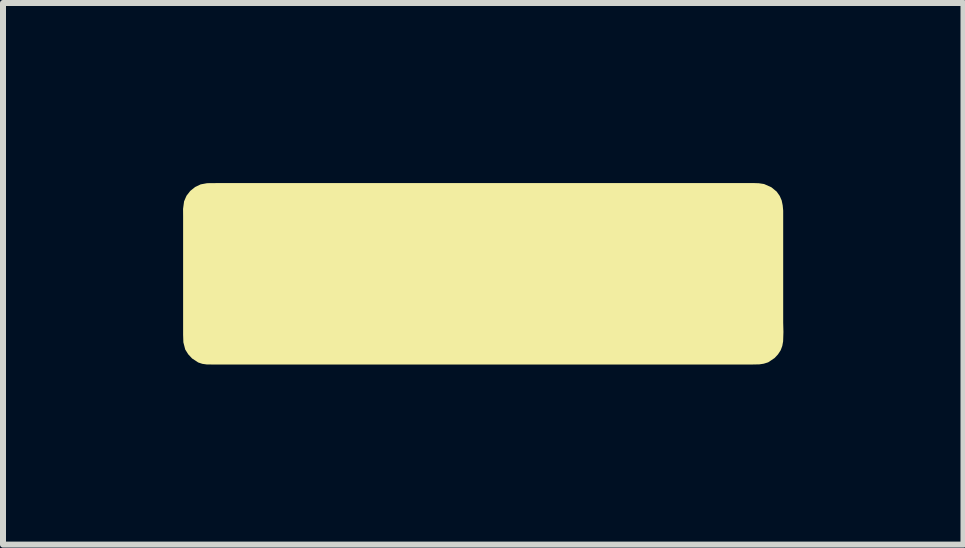
<source format=kicad_pcb>
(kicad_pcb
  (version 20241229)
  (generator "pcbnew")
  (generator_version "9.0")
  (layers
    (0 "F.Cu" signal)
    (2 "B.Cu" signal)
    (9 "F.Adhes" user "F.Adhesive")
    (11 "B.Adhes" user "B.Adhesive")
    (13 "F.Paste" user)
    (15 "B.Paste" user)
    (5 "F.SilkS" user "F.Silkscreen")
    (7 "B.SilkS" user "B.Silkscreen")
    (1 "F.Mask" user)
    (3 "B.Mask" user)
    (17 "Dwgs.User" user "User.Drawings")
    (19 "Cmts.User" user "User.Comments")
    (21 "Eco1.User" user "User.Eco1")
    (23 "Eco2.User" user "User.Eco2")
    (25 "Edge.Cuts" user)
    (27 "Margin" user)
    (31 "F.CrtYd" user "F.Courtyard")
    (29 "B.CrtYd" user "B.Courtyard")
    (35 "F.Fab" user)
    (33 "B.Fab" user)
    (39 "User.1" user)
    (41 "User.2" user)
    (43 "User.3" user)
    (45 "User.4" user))
  (footprint "footprint"
    (layer "F.Cu")
    (at 4.99 1.518)
    (property "Reference" "footprint" (at 0 0 0) (layer "F.SilkS") (effects (font (size 1.27 1.27) (thickness 0.15))))
    (fp_poly (pts (xy 4.46 -0.236) (xy 4.303 -0.236) (xy 4.303 -0.834) (xy 4.46 -0.834)) (stroke (width 0) (type solid)) (fill yes) (layer "F.SilkS"))
    (fp_poly (pts (xy 4.407 -1.063) (xy 4.459 -1.03) (xy 4.473 -0.995) (xy 4.469 -0.957) (xy 4.451 -0.924) (xy 4.419 -0.903) (xy 4.353 -0.9) (xy 4.304 -0.934) (xy 4.29 -0.97) (xy 4.294 -1.008) (xy 4.312 -1.041) (xy 4.355 -1.064)) (stroke (width 0) (type solid)) (fill yes) (layer "F.SilkS"))
    (fp_poly (pts (xy 2.643 -0.677) (xy 2.565 -0.681) (xy 2.528 -0.675) (xy 2.494 -0.655) (xy 2.475 -0.629) (xy 2.467 -0.6) (xy 2.467 -0.535) (xy 2.467 -0.236) (xy 2.31 -0.236) (xy 2.31 -0.834) (xy 2.46 -0.834) (xy 2.46 -0.773) (xy 2.521 -0.825) (xy 2.643 -0.841)) (stroke (width 0) (type solid)) (fill yes) (layer "F.SilkS"))
    (fp_poly (pts (xy 3.822 -1.037) (xy 3.967 -1.029) (xy 4.036 -1.01) (xy 4.1 -0.974) (xy 4.153 -0.916) (xy 4.183 -0.843) (xy 4.193 -0.764) (xy 4.18 -0.687) (xy 4.145 -0.617) (xy 4.087 -0.564) (xy 4.006 -0.53) (xy 3.921 -0.516) (xy 3.748 -0.514) (xy 3.748 -0.236) (xy 3.578 -0.236) (xy 3.578 -1.037)) (stroke (width 0) (type solid)) (fill yes) (layer "F.SilkS"))
    (fp_poly (pts (xy 0.047 0.222) (xy 0.148 0.226) (xy 0.251 0.251) (xy 0.315 0.3) (xy 0.353 0.371) (xy 0.361 0.452) (xy 0.337 0.529) (xy 0.297 0.573) (xy 0.251 0.61) (xy 0.317 0.641) (xy 0.361 0.698) (xy 0.381 0.767) (xy 0.379 0.841) (xy 0.356 0.912) (xy 0.312 0.968) (xy 0.255 1.001) (xy 0.195 1.018) (xy 0.067 1.024) (xy -0.164 1.024) (xy -0.164 0.224)) (stroke (width 0) (type solid)) (fill yes) (layer "F.SilkS"))
    (fp_poly (pts (xy 2.059 0.429) (xy 2.061 0.474) (xy 2.061 0.523) (xy 1.994 0.522) (xy 1.932 0.539) (xy 1.894 0.574) (xy 1.876 0.616) (xy 1.871 0.712) (xy 1.871 1.024) (xy 1.768 1.024) (xy 1.768 0.495) (xy 1.769 0.425) (xy 1.816 0.424) (xy 1.87 0.424) (xy 1.87 0.464) (xy 1.871 0.495) (xy 1.873 0.495) (xy 1.896 0.461) (xy 1.928 0.438) (xy 2.006 0.42) (xy 2.033 0.42)) (stroke (width 0) (type solid)) (fill yes) (layer "F.SilkS"))
    (fp_poly (pts (xy 2.237 -0.816) (xy 2.237 -0.792) (xy 2.235 -0.735) (xy 2.234 -0.676) (xy 2.142 -0.68) (xy 2.102 -0.666) (xy 2.07 -0.624) (xy 2.064 -0.583) (xy 2.063 -0.575) (xy 2.063 -0.567) (xy 2.06 -0.527) (xy 2.055 -0.236) (xy 1.897 -0.236) (xy 1.897 -0.834) (xy 2.006 -0.834) (xy 2.051 -0.833) (xy 2.054 -0.766) (xy 2.057 -0.766) (xy 2.078 -0.799) (xy 2.108 -0.822) (xy 2.182 -0.84) (xy 2.238 -0.843)) (stroke (width 0) (type solid)) (fill yes) (layer "F.SilkS"))
    (fp_poly (pts (xy 0.82 0.425) (xy 0.898 0.455) (xy 0.96 0.507) (xy 1.004 0.575) (xy 1.031 0.654) (xy 1.038 0.725) (xy 1.038 0.725) (xy 1.039 0.736) (xy 1.039 0.739) (xy 1.03 0.818) (xy 1.001 0.896) (xy 0.955 0.963) (xy 0.886 1.011) (xy 0.806 1.036) (xy 0.712 1.037) (xy 0.633 1.008) (xy 0.567 0.95) (xy 0.52 0.872) (xy 0.495 0.787) (xy 0.489 0.697) (xy 0.505 0.609) (xy 0.544 0.529) (xy 0.62 0.458) (xy 0.718 0.422)) (stroke (width 0) (type solid)) (fill yes) (layer "F.SilkS"))
    (fp_poly (pts (xy 2.617 0.987) (xy 2.616 1.027) (xy 2.565 1.027) (xy 2.514 1.027) (xy 2.514 0.971) (xy 2.458 1.011) (xy 2.392 1.033) (xy 2.318 1.038) (xy 2.229 1.009) (xy 2.168 0.947) (xy 2.132 0.867) (xy 2.115 0.776) (xy 2.114 0.682) (xy 2.128 0.597) (xy 2.156 0.53) (xy 2.201 0.474) (xy 2.26 0.435) (xy 2.331 0.42) (xy 2.413 0.428) (xy 2.463 0.449) (xy 2.507 0.481) (xy 2.507 0.183) (xy 2.616 0.183) (xy 2.616 0.956)) (stroke (width 0) (type solid)) (fill yes) (layer "F.SilkS"))
    (fp_poly (pts (xy 0.827 -0.787) (xy 0.91 -0.835) (xy 1.004 -0.839) (xy 1.091 -0.803) (xy 1.157 -0.732) (xy 1.183 -0.662) (xy 1.193 -0.589) (xy 1.194 -0.546) (xy 1.194 -0.546) (xy 1.196 -0.501) (xy 1.185 -0.409) (xy 1.152 -0.325) (xy 1.091 -0.259) (xy 1.003 -0.227) (xy 0.928 -0.227) (xy 0.866 -0.25) (xy 0.81 -0.293) (xy 0.809 -0.236) (xy 0.698 -0.236) (xy 0.658 -0.235) (xy 0.657 -0.291) (xy 0.657 -1.023) (xy 0.657 -1.077) (xy 0.711 -1.078) (xy 0.82 -1.078)) (stroke (width 0) (type solid)) (fill yes) (layer "F.SilkS"))
    (fp_poly (pts (xy -1.858 -1.033) (xy -1.858 -1.037) (xy -1.837 -1.037) (xy -1.817 -1.037) (xy -1.715 -1.037) (xy -1.505 -1.036) (xy -1.402 -1.013) (xy -1.315 -0.956) (xy -1.277 -0.894) (xy -1.26 -0.817) (xy -1.263 -0.741) (xy -1.285 -0.669) (xy -1.33 -0.609) (xy -1.396 -0.575) (xy -1.329 -0.44) (xy -1.273 -0.325) (xy -1.233 -0.236) (xy -1.356 -0.236) (xy -1.407 -0.236) (xy -1.446 -0.304) (xy -1.525 -0.453) (xy -1.565 -0.527) (xy -1.687 -0.528) (xy -1.687 -0.236) (xy -1.858 -0.236) (xy -1.858 -0.969)) (stroke (width 0) (type solid)) (fill yes) (layer "F.SilkS"))
    (fp_poly (pts (xy -1.455 0.224) (xy -1.385 0.253) (xy -1.323 0.299) (xy -1.276 0.357) (xy -1.242 0.427) (xy -1.222 0.542) (xy -1.22 0.64) (xy -1.22 0.64) (xy -1.22 0.658) (xy -1.242 0.813) (xy -1.272 0.887) (xy -1.317 0.95) (xy -1.376 0.998) (xy -1.451 1.029) (xy -1.552 1.038) (xy -1.641 1.022) (xy -1.725 0.979) (xy -1.786 0.915) (xy -1.829 0.835) (xy -1.853 0.746) (xy -1.861 0.654) (xy -1.858 0.563) (xy -1.825 0.414) (xy -1.79 0.345) (xy -1.742 0.287) (xy -1.682 0.245) (xy -1.607 0.219) (xy -1.529 0.212)) (stroke (width 0) (type solid)) (fill yes) (layer "F.SilkS"))
    (fp_poly (pts (xy 2.838 -0.83) (xy 2.869 -0.732) (xy 2.948 -0.476) (xy 3.027 -0.725) (xy 3.058 -0.83) (xy 3.104 -0.834) (xy 3.226 -0.834) (xy 3.194 -0.72) (xy 3.154 -0.609) (xy 3.097 -0.451) (xy 3.043 -0.291) (xy 3.007 -0.171) (xy 2.982 -0.111) (xy 2.948 -0.06) (xy 2.901 -0.022) (xy 2.848 -0.003) (xy 2.731 -0.006) (xy 2.731 -0.129) (xy 2.78 -0.135) (xy 2.825 -0.153) (xy 2.858 -0.186) (xy 2.869 -0.237) (xy 2.839 -0.331) (xy 2.782 -0.502) (xy 2.722 -0.67) (xy 2.689 -0.75) (xy 2.669 -0.834) (xy 2.792 -0.834)) (stroke (width 0) (type solid)) (fill yes) (layer "F.SilkS"))
    (fp_poly (pts (xy 1.449 -0.431) (xy 1.474 -0.395) (xy 1.509 -0.373) (xy 1.55 -0.362) (xy 1.638 -0.373) (xy 1.714 -0.42) (xy 1.721 -0.42) (xy 1.765 -0.38) (xy 1.794 -0.332) (xy 1.784 -0.308) (xy 1.76 -0.286) (xy 1.708 -0.255) (xy 1.624 -0.228) (xy 1.534 -0.224) (xy 1.446 -0.243) (xy 1.368 -0.286) (xy 1.312 -0.351) (xy 1.279 -0.437) (xy 1.268 -0.525) (xy 1.275 -0.614) (xy 1.304 -0.702) (xy 1.355 -0.771) (xy 1.426 -0.819) (xy 1.508 -0.841) (xy 1.593 -0.84) (xy 1.673 -0.814) (xy 1.741 -0.764) (xy 1.787 -0.691) (xy 1.809 -0.587) (xy 1.81 -0.48) (xy 1.437 -0.48)) (stroke (width 0) (type solid)) (fill yes) (layer "F.SilkS"))
    (fp_poly (pts (xy 0.45 -0.81) (xy 0.52 -0.739) (xy 0.55 -0.666) (xy 0.566 -0.58) (xy 0.566 -0.546) (xy 0.566 -0.496) (xy 0.553 -0.415) (xy 0.522 -0.335) (xy 0.473 -0.271) (xy 0.405 -0.231) (xy 0.318 -0.223) (xy 0.25 -0.242) (xy 0.19 -0.277) (xy 0.19 -0.088) (xy 0.189 -0.049) (xy 0.188 -0.006) (xy 0.169 -0.006) (xy 0.149 -0.006) (xy 0.079 -0.006) (xy 0.045 -0.007) (xy 0.026 -0.006) (xy 0.026 -0.121) (xy 0.026 -0.216) (xy 0.026 -0.772) (xy 0.027 -0.834) (xy 0.061 -0.834) (xy 0.121 -0.835) (xy 0.185 -0.834) (xy 0.184 -0.806) (xy 0.183 -0.78) (xy 0.267 -0.831) (xy 0.361 -0.841)) (stroke (width 0) (type solid)) (fill yes) (layer "F.SilkS"))
    (fp_poly (pts (xy -0.749 0.423) (xy -0.68 0.452) (xy -0.631 0.509) (xy -0.61 0.599) (xy -0.61 0.692) (xy -0.61 1.024) (xy -0.713 1.024) (xy -0.713 0.807) (xy -0.707 0.671) (xy -0.715 0.6) (xy -0.742 0.543) (xy -0.77 0.521) (xy -0.802 0.509) (xy -0.873 0.517) (xy -0.936 0.554) (xy -0.967 0.606) (xy -0.97 0.656) (xy -0.969 0.712) (xy -0.97 0.914) (xy -0.97 0.964) (xy -0.97 1.027) (xy -0.99 1.026) (xy -1.02 1.027) (xy -1.079 1.026) (xy -1.079 0.495) (xy -1.078 0.431) (xy -1.03 0.429) (xy -0.98 0.43) (xy -0.98 0.467) (xy -0.98 0.502) (xy -0.976 0.501) (xy -0.939 0.464) (xy -0.895 0.439) (xy -0.824 0.419)) (stroke (width 0) (type solid)) (fill yes) (layer "F.SilkS"))
    (fp_poly (pts (xy -0.794 -0.826) (xy -0.718 -0.779) (xy -0.688 -0.738) (xy -0.672 -0.69) (xy -0.664 -0.589) (xy -0.664 -0.467) (xy -0.664 -0.433) (xy -0.664 -0.433) (xy -0.664 -0.345) (xy -0.644 -0.236) (xy -0.759 -0.236) (xy -0.805 -0.237) (xy -0.821 -0.283) (xy -0.898 -0.238) (xy -0.988 -0.224) (xy -1.075 -0.245) (xy -1.144 -0.304) (xy -1.175 -0.386) (xy -1.163 -0.466) (xy -1.116 -0.534) (xy -1.044 -0.581) (xy -0.937 -0.602) (xy -0.828 -0.603) (xy -0.835 -0.661) (xy -0.868 -0.708) (xy -0.908 -0.721) (xy -0.95 -0.713) (xy -0.982 -0.688) (xy -0.996 -0.65) (xy -1.16 -0.65) (xy -1.153 -0.699) (xy -1.134 -0.74) (xy -1.068 -0.803) (xy -0.983 -0.836) (xy -0.889 -0.845)) (stroke (width 0) (type solid)) (fill yes) (layer "F.SilkS"))
    (fp_poly (pts (xy 1.51 0.44) (xy 1.577 0.495) (xy 1.601 0.544) (xy 1.611 0.597) (xy 1.613 0.705) (xy 1.611 0.809) (xy 1.611 0.809) (xy 1.611 0.817) (xy 1.613 0.929) (xy 1.634 1.024) (xy 1.523 1.025) (xy 1.511 0.971) (xy 1.456 1.007) (xy 1.396 1.031) (xy 1.333 1.04) (xy 1.267 1.029) (xy 1.19 0.981) (xy 1.147 0.906) (xy 1.142 0.821) (xy 1.181 0.739) (xy 1.229 0.7) (xy 1.286 0.677) (xy 1.409 0.664) (xy 1.466 0.666) (xy 1.493 0.661) (xy 1.509 0.644) (xy 1.506 0.597) (xy 1.489 0.559) (xy 1.459 0.531) (xy 1.379 0.505) (xy 1.337 0.509) (xy 1.3 0.525) (xy 1.273 0.554) (xy 1.261 0.597) (xy 1.151 0.597) (xy 1.159 0.552) (xy 1.179 0.513) (xy 1.247 0.454) (xy 1.33 0.423) (xy 1.421 0.417)) (stroke (width 0) (type solid)) (fill yes) (layer "F.SilkS"))
    (fp_poly (pts (xy -4.598 1.504) (xy -4.669 1.494) (xy -4.738 1.471) (xy -4.84 1.404) (xy -4.904 1.335) (xy -4.954 1.255) (xy -4.985 1.135) (xy -4.989 1.01) (xy -4.989 -0.962) (xy -4.99 -1.088) (xy -4.973 -1.213) (xy -4.933 -1.306) (xy -4.87 -1.387) (xy -4.789 -1.452) (xy -4.697 -1.496) (xy -4.589 -1.516) (xy -4.481 -1.517) (xy -4.372 -1.518) (xy 4.337 -1.518) (xy 4.514 -1.518) (xy 4.604 -1.515) (xy 4.69 -1.502) (xy 4.812 -1.448) (xy 4.9 -1.376) (xy 4.951 -1.304) (xy 4.984 -1.228) (xy 5.001 -1.145) (xy 5.009 -1.059) (xy 5.009 -0.887) (xy 5.009 0.807) (xy 5.013 0.963) (xy 5.008 1.119) (xy 4.994 1.196) (xy 4.967 1.268) (xy 4.922 1.337) (xy 4.866 1.397) (xy 4.758 1.469) (xy 4.684 1.492) (xy 4.611 1.503) (xy 4.459 1.506) (xy -4.453 1.506)) (stroke (width 0) (type solid)) (fill yes) (layer "F.SilkS"))
    (fp_poly (pts (xy -0.164 -0.807) (xy -0.121 -0.774) (xy -0.089 -0.732) (xy -0.067 -0.65) (xy -0.231 -0.65) (xy -0.244 -0.683) (xy -0.266 -0.708) (xy -0.296 -0.722) (xy -0.332 -0.724) (xy -0.382 -0.703) (xy -0.401 -0.682) (xy -0.404 -0.657) (xy -0.384 -0.627) (xy -0.348 -0.609) (xy -0.271 -0.591) (xy -0.201 -0.571) (xy -0.136 -0.54) (xy -0.099 -0.503) (xy -0.076 -0.456) (xy -0.069 -0.404) (xy -0.077 -0.352) (xy -0.106 -0.3) (xy -0.152 -0.264) (xy -0.207 -0.241) (xy -0.265 -0.229) (xy -0.369 -0.23) (xy -0.47 -0.259) (xy -0.513 -0.286) (xy -0.547 -0.323) (xy -0.569 -0.369) (xy -0.577 -0.427) (xy -0.468 -0.427) (xy -0.428 -0.424) (xy -0.393 -0.366) (xy -0.355 -0.345) (xy -0.309 -0.339) (xy -0.266 -0.35) (xy -0.234 -0.379) (xy -0.228 -0.408) (xy -0.244 -0.432) (xy -0.299 -0.46) (xy -0.464 -0.515) (xy -0.529 -0.565) (xy -0.55 -0.603) (xy -0.561 -0.65) (xy -0.558 -0.705) (xy -0.538 -0.749) (xy -0.505 -0.784) (xy -0.462 -0.81) (xy -0.363 -0.838) (xy -0.265 -0.84)) (stroke (width 0) (type solid)) (fill yes) (layer "F.SilkS"))
    (fp_poly (pts (xy -3.542 0.055) (xy -3.506 0.144) (xy -3.442 0.218) (xy -3.358 0.265) (xy -3.31 0.273) (xy -3.261 0.269) (xy -3.179 0.23) (xy -3.128 0.161) (xy -3.111 0.076) (xy -3.116 0.046) (xy -3.049 0.046) (xy -3.045 0.147) (xy -3.02 0.258) (xy -2.998 0.308) (xy -2.98 0.327) (xy -2.956 0.331) (xy -2.921 0.304) (xy -2.901 0.265) (xy -2.88 0.203) (xy -2.878 0.165) (xy -2.807 0.165) (xy -2.809 0.22) (xy -2.841 0.312) (xy -2.884 0.373) (xy -2.896 0.421) (xy -2.91 0.471) (xy -2.91 0.471) (xy -2.926 0.528) (xy -2.969 0.631) (xy -3.004 0.68) (xy -3.047 0.718) (xy -3.145 0.783) (xy -3.321 0.883) (xy -3.416 0.954) (xy -3.517 0.996) (xy -3.6 1.002) (xy -3.6 1.002) (xy -3.626 1.004) (xy -3.719 0.981) (xy -3.803 0.934) (xy -3.857 0.89) (xy -3.925 0.861) (xy -4.047 0.783) (xy -4.129 0.732) (xy -4.201 0.665) (xy -4.238 0.602) (xy -4.247 0.578) (xy -4.247 0.578) (xy -4.264 0.531) (xy -4.303 0.387) (xy -4.35 0.312) (xy -4.382 0.224) (xy -4.385 0.147) (xy -4.312 0.147) (xy -4.314 0.182) (xy -4.301 0.244) (xy -4.276 0.303) (xy -4.255 0.328) (xy -4.23 0.339) (xy -4.209 0.332) (xy -4.193 0.314) (xy -4.174 0.271) (xy -4.148 0.158) (xy -4.144 0.076) (xy -4.069 0.075) (xy -4.071 0.1) (xy -4.054 0.176) (xy -4.01 0.239) (xy -3.938 0.276) (xy -3.85 0.278) (xy -3.767 0.25) (xy -3.7 0.191) (xy -3.654 0.113) (xy -3.635 0.028) (xy -3.639 0.004) (xy -3.544 0.004)) (stroke (width 0) (type solid)) (fill yes) (layer "F.SilkS"))
    (fp_poly (pts (xy -3.836 -0.971) (xy -3.782 -0.962) (xy -3.741 -0.932) (xy -3.707 -0.919) (xy -3.675 -0.899) (xy -3.628 -0.837) (xy -3.599 -0.767) (xy -3.563 -0.836) (xy -3.518 -0.901) (xy -3.489 -0.92) (xy -3.457 -0.932) (xy -3.403 -0.967) (xy -3.355 -0.971) (xy -3.277 -0.988) (xy -3.198 -0.991) (xy -3.12 -0.982) (xy -3.043 -0.959) (xy -2.989 -0.953) (xy -2.935 -0.927) (xy -2.906 -0.92) (xy -2.884 -0.901) (xy -2.88 -0.873) (xy -2.883 -0.844) (xy -2.874 -0.799) (xy -2.88 -0.773) (xy -2.88 -0.773) (xy -2.887 -0.74) (xy -2.911 -0.684) (xy -2.923 -0.636) (xy -2.945 -0.609) (xy -2.959 -0.569) (xy -3 -0.528) (xy -3.062 -0.472) (xy -3.09 -0.446) (xy -3.124 -0.433) (xy -3.06 -0.372) (xy -2.997 -0.305) (xy -2.984 -0.264) (xy -3.058 -0.264) (xy -3.089 -0.31) (xy -3.144 -0.352) (xy -3.21 -0.377) (xy -3.281 -0.385) (xy -3.355 -0.379) (xy -3.339 -0.341) (xy -3.322 -0.32) (xy -3.387 -0.32) (xy -3.399 -0.345) (xy -3.444 -0.39) (xy -3.504 -0.419) (xy -3.569 -0.433) (xy -3.633 -0.432) (xy -3.695 -0.413) (xy -3.757 -0.376) (xy -3.776 -0.348) (xy -3.856 -0.348) (xy -3.831 -0.385) (xy -3.911 -0.392) (xy -3.979 -0.383) (xy -4.042 -0.357) (xy -4.095 -0.314) (xy -4.132 -0.257) (xy -4.138 -0.235) (xy -4.218 -0.235) (xy -4.202 -0.291) (xy -4.166 -0.342) (xy -4.121 -0.385) (xy -4.068 -0.433) (xy -4.102 -0.446) (xy -4.129 -0.472) (xy -4.169 -0.495) (xy -4.193 -0.534) (xy -4.24 -0.582) (xy -4.287 -0.688) (xy -4.286 -0.688) (xy -4.302 -0.725) (xy -4.303 -0.761) (xy -4.318 -0.799) (xy -4.309 -0.847) (xy -4.311 -0.874) (xy -4.308 -0.901) (xy -4.283 -0.923) (xy -4.25 -0.93) (xy -4.203 -0.953) (xy -4.155 -0.958) (xy -4.053 -0.99) (xy -3.944 -0.991)) (stroke (width 0) (type solid)) (fill yes) (layer "F.SilkS"))
    (fp_poly (pts (xy -3.795 -0.322) (xy -3.794 -0.291) (xy -3.775 -0.257) (xy -3.748 -0.233) (xy -3.697 -0.208) (xy -3.64 -0.196) (xy -3.525 -0.197) (xy -3.467 -0.21) (xy -3.414 -0.239) (xy -3.383 -0.285) (xy -3.383 -0.313) (xy -3.387 -0.321) (xy -3.323 -0.321) (xy -3.312 -0.306) (xy -3.246 -0.248) (xy -3.158 -0.175) (xy -3.07 -0.121) (xy -3.051 -0.112) (xy -3.031 -0.116) (xy -3.026 -0.135) (xy -3.03 -0.155) (xy -3.05 -0.25) (xy -3.059 -0.264) (xy -2.984 -0.264) (xy -2.956 -0.176) (xy -2.955 -0.141) (xy -2.948 -0.108) (xy -2.913 -0.069) (xy -2.874 -0.034) (xy -2.828 0.039) (xy -2.806 0.122) (xy -2.807 0.166) (xy -2.878 0.166) (xy -2.877 0.136) (xy -2.89 0.071) (xy -2.923 0.014) (xy -2.964 -0.028) (xy -2.99 -0.044) (xy -3.016 -0.045) (xy -3.034 -0.033) (xy -3.044 -0.012) (xy -3.05 0.034) (xy -3.049 0.047) (xy -3.116 0.047) (xy -3.128 -0.013) (xy -3.172 -0.089) (xy -3.236 -0.146) (xy -3.314 -0.179) (xy -3.403 -0.181) (xy -3.473 -0.15) (xy -3.521 -0.094) (xy -3.545 -0.022) (xy -3.544 0.004) (xy -3.639 0.004) (xy -3.648 -0.055) (xy -3.692 -0.123) (xy -3.76 -0.166) (xy -3.843 -0.174) (xy -3.918 -0.151) (xy -3.983 -0.109) (xy -4.033 -0.051) (xy -4.064 0.021) (xy -4.069 0.076) (xy -4.144 0.076) (xy -4.142 0.041) (xy -4.148 -0.012) (xy -4.16 -0.035) (xy -4.182 -0.044) (xy -4.225 -0.026) (xy -4.259 0.008) (xy -4.293 0.061) (xy -4.311 0.12) (xy -4.313 0.148) (xy -4.385 0.148) (xy -4.386 0.129) (xy -4.361 0.039) (xy -4.311 -0.041) (xy -4.275 -0.073) (xy -4.244 -0.108) (xy -4.237 -0.138) (xy -4.237 -0.169) (xy -4.218 -0.236) (xy -4.137 -0.236) (xy -4.151 -0.187) (xy -4.154 -0.116) (xy -4.04 -0.171) (xy -3.891 -0.298) (xy -3.856 -0.349) (xy -3.776 -0.349)) (stroke (width 0) (type solid)) (fill yes) (layer "F.SilkS")))
  (gr_rect
    (start -3 -3)
    (end 13.003 6.024)
    (stroke (width 0.1) (type default))
    (fill no)
    (layer "Edge.Cuts")))
</source>
